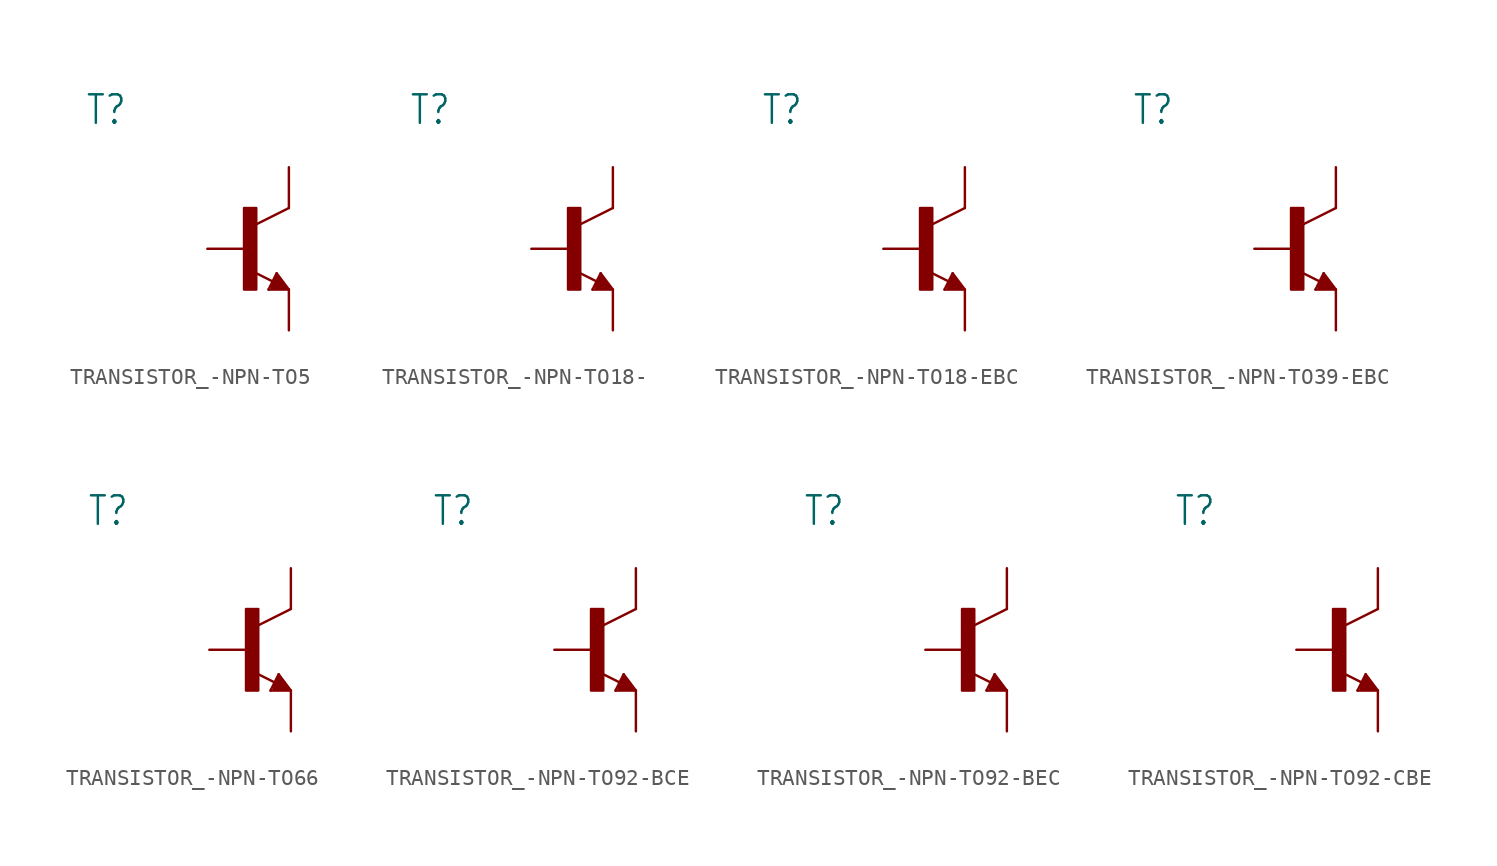
<source format=kicad_sym>
(kicad_symbol_lib
  (version 20231120)
  (generator "kicad_symbol_editor")
  (generator_version "8.0")
  (symbol "TRANSISTOR_-NPN-TO5"
    (property "Reference" "T"
      (at -10.16 7.62 0)
      (effects (font (size 1.778 1.511)) (justify left bottom)))
    (property "Value" ""
      (at -10.16 5.08 0)
      (effects (font (size 1.778 1.511)) (justify left bottom)))
    (property "ki_locked" ""
      (at 0 0 0)
      (effects (font (size 1.27 1.27))))
    (symbol "TRANSISTOR_-NPN-TO5_1_0"
      (rectangle (start -0.254 -2.54) (end 0.508 2.54) (stroke (width 0) (type default)) (fill (type outline)))
      (polyline (pts (xy 1.27 -2.54) (xy 1.778 -1.524)) (stroke (width 0.152) (type solid)) (fill (type none)))
      (polyline (pts (xy 1.524 -2.413) (xy 2.286 -2.413)) (stroke (width 0.254) (type solid)) (fill (type none)))
      (polyline (pts (xy 1.524 -2.286) (xy 1.905 -2.286)) (stroke (width 0.254) (type solid)) (fill (type none)))
      (polyline (pts (xy 1.54 -2.04) (xy 0.308 -1.424)) (stroke (width 0.152) (type solid)) (fill (type none)))
      (polyline (pts (xy 1.778 -1.778) (xy 1.524 -2.286)) (stroke (width 0.254) (type solid)) (fill (type none)))
      (polyline (pts (xy 1.778 -1.524) (xy 2.54 -2.54)) (stroke (width 0.152) (type solid)) (fill (type none)))
      (polyline (pts (xy 1.905 -2.286) (xy 1.778 -2.032)) (stroke (width 0.254) (type solid)) (fill (type none)))
      (polyline (pts (xy 2.286 -2.413) (xy 1.778 -1.778)) (stroke (width 0.254) (type solid)) (fill (type none)))
      (polyline (pts (xy 2.54 -2.54) (xy 1.27 -2.54)) (stroke (width 0.152) (type solid)) (fill (type none)))
      (polyline (pts (xy 2.54 2.54) (xy 0.508 1.524)) (stroke (width 0.152) (type solid)) (fill (type none)))
      (pin passive line (at 2.54 -5.08 90) (length 2.54) (name "E" (effects (font (size 0 0)))) (number "1" (effects (font (size 0 0)))))
      (pin passive line (at -2.54 0 0) (length 2.54) (name "B" (effects (font (size 0 0)))) (number "2" (effects (font (size 0 0)))))
      (pin passive line (at 2.54 5.08 270) (length 2.54) (name "C" (effects (font (size 0 0)))) (number "3" (effects (font (size 0 0)))))))
  (symbol "TRANSISTOR_-NPN-TO18-"
    (property "Reference" "T"
      (at -10.16 7.62 0)
      (effects (font (size 1.778 1.511)) (justify left bottom)))
    (property "Value" ""
      (at -10.16 5.08 0)
      (effects (font (size 1.778 1.511)) (justify left bottom)))
    (property "ki_locked" ""
      (at 0 0 0)
      (effects (font (size 1.27 1.27))))
    (symbol "TRANSISTOR_-NPN-TO18-_1_0"
      (rectangle (start -0.254 -2.54) (end 0.508 2.54) (stroke (width 0) (type default)) (fill (type outline)))
      (polyline (pts (xy 1.27 -2.54) (xy 1.778 -1.524)) (stroke (width 0.152) (type solid)) (fill (type none)))
      (polyline (pts (xy 1.524 -2.413) (xy 2.286 -2.413)) (stroke (width 0.254) (type solid)) (fill (type none)))
      (polyline (pts (xy 1.524 -2.286) (xy 1.905 -2.286)) (stroke (width 0.254) (type solid)) (fill (type none)))
      (polyline (pts (xy 1.54 -2.04) (xy 0.308 -1.424)) (stroke (width 0.152) (type solid)) (fill (type none)))
      (polyline (pts (xy 1.778 -1.778) (xy 1.524 -2.286)) (stroke (width 0.254) (type solid)) (fill (type none)))
      (polyline (pts (xy 1.778 -1.524) (xy 2.54 -2.54)) (stroke (width 0.152) (type solid)) (fill (type none)))
      (polyline (pts (xy 1.905 -2.286) (xy 1.778 -2.032)) (stroke (width 0.254) (type solid)) (fill (type none)))
      (polyline (pts (xy 2.286 -2.413) (xy 1.778 -1.778)) (stroke (width 0.254) (type solid)) (fill (type none)))
      (polyline (pts (xy 2.54 -2.54) (xy 1.27 -2.54)) (stroke (width 0.152) (type solid)) (fill (type none)))
      (polyline (pts (xy 2.54 2.54) (xy 0.508 1.524)) (stroke (width 0.152) (type solid)) (fill (type none)))
      (pin passive line (at 2.54 -5.08 90) (length 2.54) (name "E" (effects (font (size 0 0)))) (number "1" (effects (font (size 0 0)))))
      (pin passive line (at -2.54 0 0) (length 2.54) (name "B" (effects (font (size 0 0)))) (number "2" (effects (font (size 0 0)))))
      (pin passive line (at 2.54 5.08 270) (length 2.54) (name "C" (effects (font (size 0 0)))) (number "3" (effects (font (size 0 0)))))))
  (symbol "TRANSISTOR_-NPN-TO18-EBC"
    (property "Reference" "T"
      (at -10.16 7.62 0)
      (effects (font (size 1.778 1.511)) (justify left bottom)))
    (property "Value" ""
      (at -10.16 5.08 0)
      (effects (font (size 1.778 1.511)) (justify left bottom)))
    (property "ki_locked" ""
      (at 0 0 0)
      (effects (font (size 1.27 1.27))))
    (symbol "TRANSISTOR_-NPN-TO18-EBC_1_0"
      (rectangle (start -0.254 -2.54) (end 0.508 2.54) (stroke (width 0) (type default)) (fill (type outline)))
      (polyline (pts (xy 1.27 -2.54) (xy 1.778 -1.524)) (stroke (width 0.152) (type solid)) (fill (type none)))
      (polyline (pts (xy 1.524 -2.413) (xy 2.286 -2.413)) (stroke (width 0.254) (type solid)) (fill (type none)))
      (polyline (pts (xy 1.524 -2.286) (xy 1.905 -2.286)) (stroke (width 0.254) (type solid)) (fill (type none)))
      (polyline (pts (xy 1.54 -2.04) (xy 0.308 -1.424)) (stroke (width 0.152) (type solid)) (fill (type none)))
      (polyline (pts (xy 1.778 -1.778) (xy 1.524 -2.286)) (stroke (width 0.254) (type solid)) (fill (type none)))
      (polyline (pts (xy 1.778 -1.524) (xy 2.54 -2.54)) (stroke (width 0.152) (type solid)) (fill (type none)))
      (polyline (pts (xy 1.905 -2.286) (xy 1.778 -2.032)) (stroke (width 0.254) (type solid)) (fill (type none)))
      (polyline (pts (xy 2.286 -2.413) (xy 1.778 -1.778)) (stroke (width 0.254) (type solid)) (fill (type none)))
      (polyline (pts (xy 2.54 -2.54) (xy 1.27 -2.54)) (stroke (width 0.152) (type solid)) (fill (type none)))
      (polyline (pts (xy 2.54 2.54) (xy 0.508 1.524)) (stroke (width 0.152) (type solid)) (fill (type none)))
      (pin passive line (at 2.54 -5.08 90) (length 2.54) (name "E" (effects (font (size 0 0)))) (number "1" (effects (font (size 0 0)))))
      (pin passive line (at -2.54 0 0) (length 2.54) (name "B" (effects (font (size 0 0)))) (number "2" (effects (font (size 0 0)))))
      (pin passive line (at 2.54 5.08 270) (length 2.54) (name "C" (effects (font (size 0 0)))) (number "3" (effects (font (size 0 0)))))))
  (symbol "TRANSISTOR_-NPN-TO39-EBC"
    (property "Reference" "T"
      (at -10.16 7.62 0)
      (effects (font (size 1.778 1.511)) (justify left bottom)))
    (property "Value" ""
      (at -10.16 5.08 0)
      (effects (font (size 1.778 1.511)) (justify left bottom)))
    (property "ki_locked" ""
      (at 0 0 0)
      (effects (font (size 1.27 1.27))))
    (symbol "TRANSISTOR_-NPN-TO39-EBC_1_0"
      (rectangle (start -0.254 -2.54) (end 0.508 2.54) (stroke (width 0) (type default)) (fill (type outline)))
      (polyline (pts (xy 1.27 -2.54) (xy 1.778 -1.524)) (stroke (width 0.152) (type solid)) (fill (type none)))
      (polyline (pts (xy 1.524 -2.413) (xy 2.286 -2.413)) (stroke (width 0.254) (type solid)) (fill (type none)))
      (polyline (pts (xy 1.524 -2.286) (xy 1.905 -2.286)) (stroke (width 0.254) (type solid)) (fill (type none)))
      (polyline (pts (xy 1.54 -2.04) (xy 0.308 -1.424)) (stroke (width 0.152) (type solid)) (fill (type none)))
      (polyline (pts (xy 1.778 -1.778) (xy 1.524 -2.286)) (stroke (width 0.254) (type solid)) (fill (type none)))
      (polyline (pts (xy 1.778 -1.524) (xy 2.54 -2.54)) (stroke (width 0.152) (type solid)) (fill (type none)))
      (polyline (pts (xy 1.905 -2.286) (xy 1.778 -2.032)) (stroke (width 0.254) (type solid)) (fill (type none)))
      (polyline (pts (xy 2.286 -2.413) (xy 1.778 -1.778)) (stroke (width 0.254) (type solid)) (fill (type none)))
      (polyline (pts (xy 2.54 -2.54) (xy 1.27 -2.54)) (stroke (width 0.152) (type solid)) (fill (type none)))
      (polyline (pts (xy 2.54 2.54) (xy 0.508 1.524)) (stroke (width 0.152) (type solid)) (fill (type none)))
      (pin passive line (at 2.54 -5.08 90) (length 2.54) (name "E" (effects (font (size 0 0)))) (number "1" (effects (font (size 0 0)))))
      (pin passive line (at -2.54 0 0) (length 2.54) (name "B" (effects (font (size 0 0)))) (number "2" (effects (font (size 0 0)))))
      (pin passive line (at 2.54 5.08 270) (length 2.54) (name "C" (effects (font (size 0 0)))) (number "3" (effects (font (size 0 0)))))))
  (symbol "TRANSISTOR_-NPN-TO66"
    (property "Reference" "T"
      (at -10.16 7.62 0)
      (effects (font (size 1.778 1.511)) (justify left bottom)))
    (property "Value" ""
      (at -10.16 5.08 0)
      (effects (font (size 1.778 1.511)) (justify left bottom)))
    (property "ki_locked" ""
      (at 0 0 0)
      (effects (font (size 1.27 1.27))))
    (symbol "TRANSISTOR_-NPN-TO66_1_0"
      (rectangle (start -0.254 -2.54) (end 0.508 2.54) (stroke (width 0) (type default)) (fill (type outline)))
      (polyline (pts (xy 1.27 -2.54) (xy 1.778 -1.524)) (stroke (width 0.152) (type solid)) (fill (type none)))
      (polyline (pts (xy 1.524 -2.413) (xy 2.286 -2.413)) (stroke (width 0.254) (type solid)) (fill (type none)))
      (polyline (pts (xy 1.524 -2.286) (xy 1.905 -2.286)) (stroke (width 0.254) (type solid)) (fill (type none)))
      (polyline (pts (xy 1.54 -2.04) (xy 0.308 -1.424)) (stroke (width 0.152) (type solid)) (fill (type none)))
      (polyline (pts (xy 1.778 -1.778) (xy 1.524 -2.286)) (stroke (width 0.254) (type solid)) (fill (type none)))
      (polyline (pts (xy 1.778 -1.524) (xy 2.54 -2.54)) (stroke (width 0.152) (type solid)) (fill (type none)))
      (polyline (pts (xy 1.905 -2.286) (xy 1.778 -2.032)) (stroke (width 0.254) (type solid)) (fill (type none)))
      (polyline (pts (xy 2.286 -2.413) (xy 1.778 -1.778)) (stroke (width 0.254) (type solid)) (fill (type none)))
      (polyline (pts (xy 2.54 -2.54) (xy 1.27 -2.54)) (stroke (width 0.152) (type solid)) (fill (type none)))
      (polyline (pts (xy 2.54 2.54) (xy 0.508 1.524)) (stroke (width 0.152) (type solid)) (fill (type none)))
      (pin passive line (at 2.54 -5.08 90) (length 2.54) (name "E" (effects (font (size 0 0)))) (number "1" (effects (font (size 0 0)))))
      (pin passive line (at -2.54 0 0) (length 2.54) (name "B" (effects (font (size 0 0)))) (number "2" (effects (font (size 0 0)))))
      (pin passive line (at 2.54 5.08 270) (length 2.54) (name "C" (effects (font (size 0 0)))) (number "3" (effects (font (size 0 0)))))))
  (symbol "TRANSISTOR_-NPN-TO92-BCE"
    (property "Reference" "T"
      (at -10.16 7.62 0)
      (effects (font (size 1.778 1.511)) (justify left bottom)))
    (property "Value" ""
      (at -10.16 5.08 0)
      (effects (font (size 1.778 1.511)) (justify left bottom)))
    (property "ki_locked" ""
      (at 0 0 0)
      (effects (font (size 1.27 1.27))))
    (symbol "TRANSISTOR_-NPN-TO92-BCE_1_0"
      (rectangle (start -0.254 -2.54) (end 0.508 2.54) (stroke (width 0) (type default)) (fill (type outline)))
      (polyline (pts (xy 1.27 -2.54) (xy 1.778 -1.524)) (stroke (width 0.152) (type solid)) (fill (type none)))
      (polyline (pts (xy 1.524 -2.413) (xy 2.286 -2.413)) (stroke (width 0.254) (type solid)) (fill (type none)))
      (polyline (pts (xy 1.524 -2.286) (xy 1.905 -2.286)) (stroke (width 0.254) (type solid)) (fill (type none)))
      (polyline (pts (xy 1.54 -2.04) (xy 0.308 -1.424)) (stroke (width 0.152) (type solid)) (fill (type none)))
      (polyline (pts (xy 1.778 -1.778) (xy 1.524 -2.286)) (stroke (width 0.254) (type solid)) (fill (type none)))
      (polyline (pts (xy 1.778 -1.524) (xy 2.54 -2.54)) (stroke (width 0.152) (type solid)) (fill (type none)))
      (polyline (pts (xy 1.905 -2.286) (xy 1.778 -2.032)) (stroke (width 0.254) (type solid)) (fill (type none)))
      (polyline (pts (xy 2.286 -2.413) (xy 1.778 -1.778)) (stroke (width 0.254) (type solid)) (fill (type none)))
      (polyline (pts (xy 2.54 -2.54) (xy 1.27 -2.54)) (stroke (width 0.152) (type solid)) (fill (type none)))
      (polyline (pts (xy 2.54 2.54) (xy 0.508 1.524)) (stroke (width 0.152) (type solid)) (fill (type none)))
      (pin passive line (at -2.54 0 0) (length 2.54) (name "B" (effects (font (size 0 0)))) (number "B" (effects (font (size 0 0)))))
      (pin passive line (at 2.54 5.08 270) (length 2.54) (name "C" (effects (font (size 0 0)))) (number "C" (effects (font (size 0 0)))))
      (pin passive line (at 2.54 -5.08 90) (length 2.54) (name "E" (effects (font (size 0 0)))) (number "E" (effects (font (size 0 0)))))))
  (symbol "TRANSISTOR_-NPN-TO92-BEC"
    (property "Reference" "T"
      (at -10.16 7.62 0)
      (effects (font (size 1.778 1.511)) (justify left bottom)))
    (property "Value" ""
      (at -10.16 5.08 0)
      (effects (font (size 1.778 1.511)) (justify left bottom)))
    (property "ki_locked" ""
      (at 0 0 0)
      (effects (font (size 1.27 1.27))))
    (symbol "TRANSISTOR_-NPN-TO92-BEC_1_0"
      (rectangle (start -0.254 -2.54) (end 0.508 2.54) (stroke (width 0) (type default)) (fill (type outline)))
      (polyline (pts (xy 1.27 -2.54) (xy 1.778 -1.524)) (stroke (width 0.152) (type solid)) (fill (type none)))
      (polyline (pts (xy 1.524 -2.413) (xy 2.286 -2.413)) (stroke (width 0.254) (type solid)) (fill (type none)))
      (polyline (pts (xy 1.524 -2.286) (xy 1.905 -2.286)) (stroke (width 0.254) (type solid)) (fill (type none)))
      (polyline (pts (xy 1.54 -2.04) (xy 0.308 -1.424)) (stroke (width 0.152) (type solid)) (fill (type none)))
      (polyline (pts (xy 1.778 -1.778) (xy 1.524 -2.286)) (stroke (width 0.254) (type solid)) (fill (type none)))
      (polyline (pts (xy 1.778 -1.524) (xy 2.54 -2.54)) (stroke (width 0.152) (type solid)) (fill (type none)))
      (polyline (pts (xy 1.905 -2.286) (xy 1.778 -2.032)) (stroke (width 0.254) (type solid)) (fill (type none)))
      (polyline (pts (xy 2.286 -2.413) (xy 1.778 -1.778)) (stroke (width 0.254) (type solid)) (fill (type none)))
      (polyline (pts (xy 2.54 -2.54) (xy 1.27 -2.54)) (stroke (width 0.152) (type solid)) (fill (type none)))
      (polyline (pts (xy 2.54 2.54) (xy 0.508 1.524)) (stroke (width 0.152) (type solid)) (fill (type none)))
      (pin passive line (at -2.54 0 0) (length 2.54) (name "B" (effects (font (size 0 0)))) (number "B" (effects (font (size 0 0)))))
      (pin passive line (at 2.54 5.08 270) (length 2.54) (name "C" (effects (font (size 0 0)))) (number "C" (effects (font (size 0 0)))))
      (pin passive line (at 2.54 -5.08 90) (length 2.54) (name "E" (effects (font (size 0 0)))) (number "E" (effects (font (size 0 0)))))))
  (symbol "TRANSISTOR_-NPN-TO92-CBE"
    (property "Reference" "T"
      (at -10.16 7.62 0)
      (effects (font (size 1.778 1.511)) (justify left bottom)))
    (property "Value" ""
      (at -10.16 5.08 0)
      (effects (font (size 1.778 1.511)) (justify left bottom)))
    (property "ki_locked" ""
      (at 0 0 0)
      (effects (font (size 1.27 1.27))))
    (symbol "TRANSISTOR_-NPN-TO92-CBE_1_0"
      (rectangle (start -0.254 -2.54) (end 0.508 2.54) (stroke (width 0) (type default)) (fill (type outline)))
      (polyline (pts (xy 1.27 -2.54) (xy 1.778 -1.524)) (stroke (width 0.152) (type solid)) (fill (type none)))
      (polyline (pts (xy 1.524 -2.413) (xy 2.286 -2.413)) (stroke (width 0.254) (type solid)) (fill (type none)))
      (polyline (pts (xy 1.524 -2.286) (xy 1.905 -2.286)) (stroke (width 0.254) (type solid)) (fill (type none)))
      (polyline (pts (xy 1.54 -2.04) (xy 0.308 -1.424)) (stroke (width 0.152) (type solid)) (fill (type none)))
      (polyline (pts (xy 1.778 -1.778) (xy 1.524 -2.286)) (stroke (width 0.254) (type solid)) (fill (type none)))
      (polyline (pts (xy 1.778 -1.524) (xy 2.54 -2.54)) (stroke (width 0.152) (type solid)) (fill (type none)))
      (polyline (pts (xy 1.905 -2.286) (xy 1.778 -2.032)) (stroke (width 0.254) (type solid)) (fill (type none)))
      (polyline (pts (xy 2.286 -2.413) (xy 1.778 -1.778)) (stroke (width 0.254) (type solid)) (fill (type none)))
      (polyline (pts (xy 2.54 -2.54) (xy 1.27 -2.54)) (stroke (width 0.152) (type solid)) (fill (type none)))
      (polyline (pts (xy 2.54 2.54) (xy 0.508 1.524)) (stroke (width 0.152) (type solid)) (fill (type none)))
      (pin passive line (at -2.54 0 0) (length 2.54) (name "B" (effects (font (size 0 0)))) (number "B" (effects (font (size 0 0)))))
      (pin passive line (at 2.54 5.08 270) (length 2.54) (name "C" (effects (font (size 0 0)))) (number "C" (effects (font (size 0 0)))))
      (pin passive line (at 2.54 -5.08 90) (length 2.54) (name "E" (effects (font (size 0 0)))) (number "E" (effects (font (size 0 0))))))))
</source>
